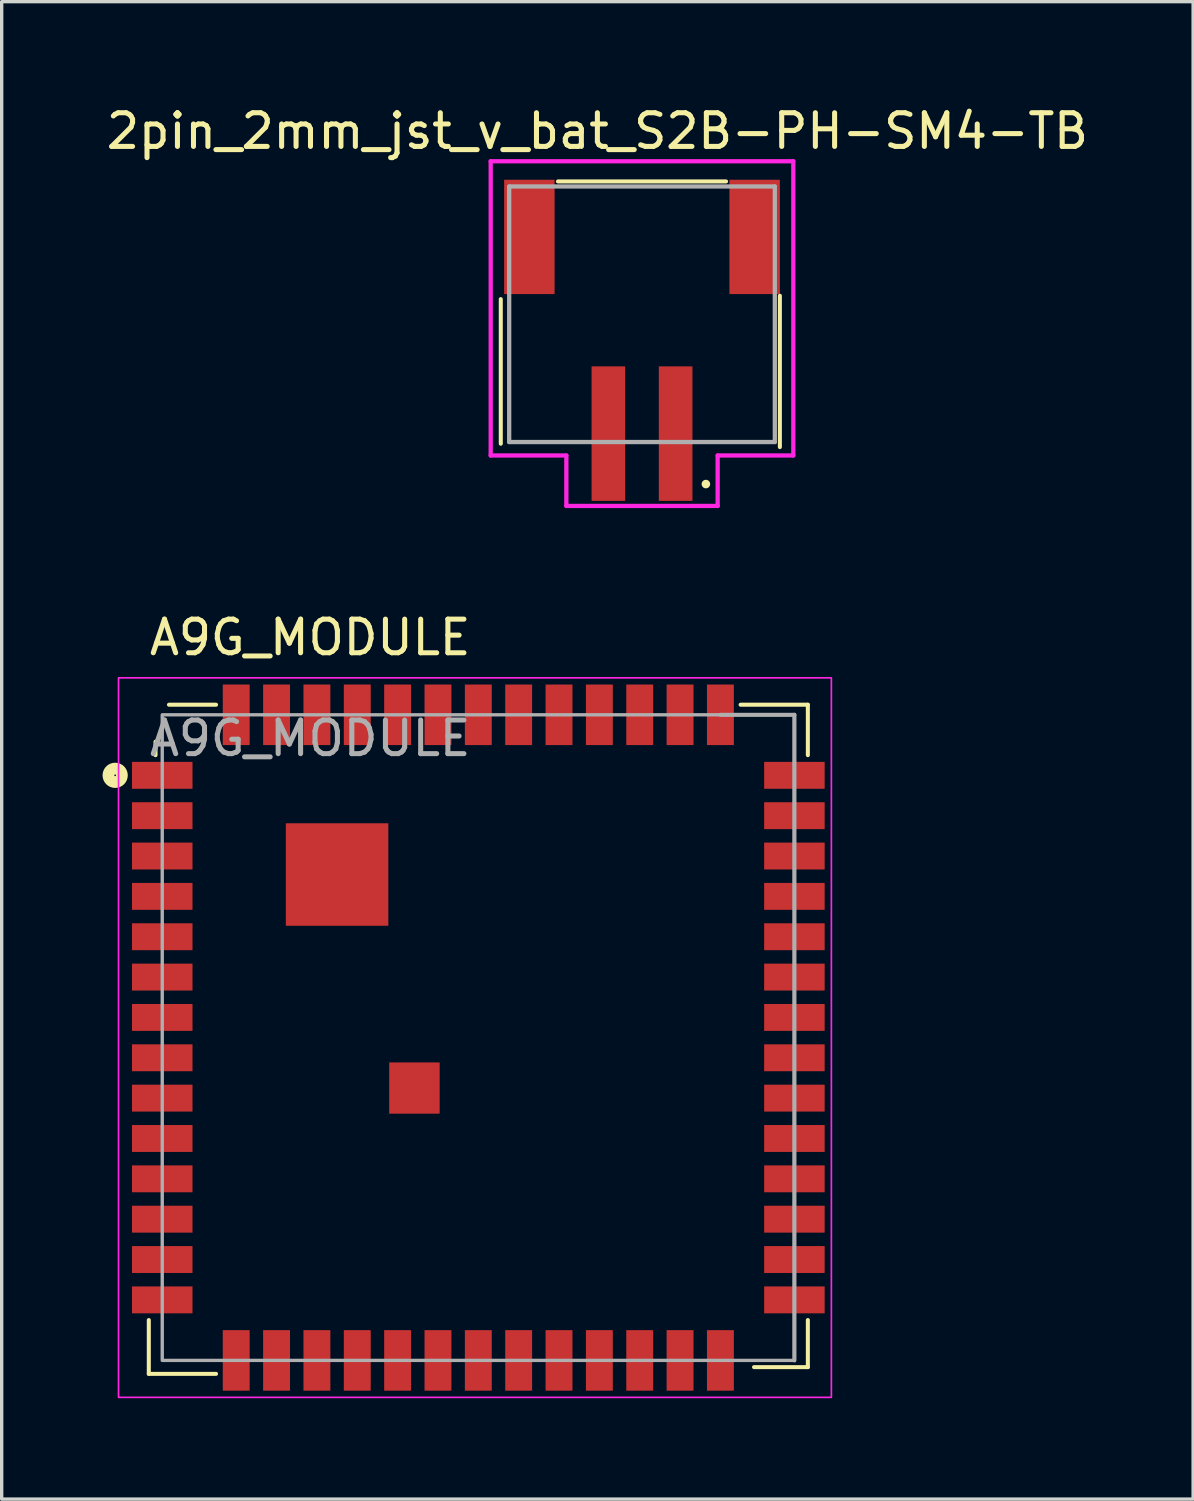
<source format=kicad_pcb>
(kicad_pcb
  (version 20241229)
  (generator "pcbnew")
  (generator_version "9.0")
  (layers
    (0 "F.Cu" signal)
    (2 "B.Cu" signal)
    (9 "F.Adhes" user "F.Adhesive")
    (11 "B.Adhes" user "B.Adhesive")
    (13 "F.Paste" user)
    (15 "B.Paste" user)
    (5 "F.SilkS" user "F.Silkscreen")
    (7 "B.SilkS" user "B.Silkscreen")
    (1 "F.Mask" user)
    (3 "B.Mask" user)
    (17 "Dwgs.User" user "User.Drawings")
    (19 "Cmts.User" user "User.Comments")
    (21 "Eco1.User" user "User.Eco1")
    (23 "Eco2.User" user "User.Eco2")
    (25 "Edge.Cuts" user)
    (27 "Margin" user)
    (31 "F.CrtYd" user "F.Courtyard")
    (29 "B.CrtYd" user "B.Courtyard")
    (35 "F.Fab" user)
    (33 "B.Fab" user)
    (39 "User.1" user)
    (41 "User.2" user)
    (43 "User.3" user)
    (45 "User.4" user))
  (footprint "2pin_2mm_jst_v_bat_S2B-PH-SM4-TB"
    (layer "F.Cu")
    (at 16.043 9.746)
    (property "Reference" "2pin_2mm_jst_v_bat_S2B-PH-SM4-TB" (at -1.327 -8.897 0) (layer "F.SilkS") (effects (font (size 1.001 1.001) (thickness 0.15))))
    (attr smd)
    (fp_line (start -4.2 -3.9) (end -4.2 0.4) (stroke (width 0.12) (type default)) (layer "F.SilkS"))
    (fp_line (start -2.5 -7.4) (end 2.5 -7.4) (stroke (width 0.12) (type default)) (layer "F.SilkS"))
    (fp_line (start 4.1 -4) (end 4.1 0.5) (stroke (width 0.12) (type default)) (layer "F.SilkS"))
    (fp_circle (center 1.9 1.6) (end 2.027 1.6) (stroke (width 0) (type solid)) (fill yes) (layer "F.SilkS"))
    (fp_line (start -4.5 -8) (end 4.5 -8) (stroke (width 0.127) (type solid)) (layer "F.CrtYd"))
    (fp_line (start -4.5 0.75) (end -4.5 -8) (stroke (width 0.127) (type solid)) (layer "F.CrtYd"))
    (fp_line (start -2.25 0.75) (end -4.5 0.75) (stroke (width 0.127) (type solid)) (layer "F.CrtYd"))
    (fp_line (start -2.25 2.25) (end -2.25 0.75) (stroke (width 0.127) (type solid)) (layer "F.CrtYd"))
    (fp_line (start 2.25 0.75) (end 2.25 2.25) (stroke (width 0.127) (type solid)) (layer "F.CrtYd"))
    (fp_line (start 2.25 2.25) (end -2.25 2.25) (stroke (width 0.127) (type solid)) (layer "F.CrtYd"))
    (fp_line (start 4.5 -8) (end 4.5 0.75) (stroke (width 0.127) (type solid)) (layer "F.CrtYd"))
    (fp_line (start 4.5 0.75) (end 2.25 0.75) (stroke (width 0.127) (type solid)) (layer "F.CrtYd"))
    (fp_line (start -3.95 -7.25) (end -3.95 0.35) (stroke (width 0.127) (type solid)) (layer "F.Fab"))
    (fp_line (start -3.95 0.35) (end 3.95 0.35) (stroke (width 0.127) (type solid)) (layer "F.Fab"))
    (fp_line (start 3.95 -7.25) (end -3.95 -7.25) (stroke (width 0.127) (type solid)) (layer "F.Fab"))
    (fp_line (start 3.95 0.35) (end 3.95 -7.25) (stroke (width 0.127) (type solid)) (layer "F.Fab"))
    (pad "1" smd rect (at 1 0.1) (size 1 4) (layers "F.Cu" "F.Mask" "F.Paste"))
    (pad "2" smd rect (at -1 0.1) (size 1 4) (layers "F.Cu" "F.Mask" "F.Paste"))
    (pad "P1" smd rect (at 3.35 -5.75) (size 1.5 3.4) (layers "F.Cu" "F.Mask" "F.Paste"))
    (pad "P2" smd rect (at -3.35 -5.75) (size 1.5 3.4) (layers "F.Cu" "F.Mask" "F.Paste")))
  (footprint "A9G_MODULE"
    (layer "F.Cu")
    (at 3.975 18.208)
    (property "Reference" "A9G_MODULE" (at 2.2 -2.3 0) (unlocked yes) (layer "F.SilkS") (effects (font (size 1 1) (thickness 0.15))))
    (attr smd)
    (fp_line (start -2.6 19.6) (end -2.6 18) (stroke (width 0.12) (type default)) (layer "F.SilkS"))
    (fp_line (start -2.4 1.2) (end -2.4 0.8) (stroke (width 0.12) (type default)) (layer "F.SilkS"))
    (fp_line (start -0.6 -0.3) (end -2 -0.3) (stroke (width 0.12) (type default)) (layer "F.SilkS"))
    (fp_line (start -0.6 19.6) (end -2.6 19.6) (stroke (width 0.12) (type default)) (layer "F.SilkS"))
    (fp_line (start 15 -0.3) (end 17 -0.3) (stroke (width 0.12) (type default)) (layer "F.SilkS"))
    (fp_line (start 17 -0.3) (end 17 1.2) (stroke (width 0.12) (type default)) (layer "F.SilkS"))
    (fp_line (start 17 18) (end 17 19.4) (stroke (width 0.12) (type default)) (layer "F.SilkS"))
    (fp_line (start 17 19.4) (end 15.4 19.4) (stroke (width 0.12) (type default)) (layer "F.SilkS"))
    (fp_circle (center -3.6 1.8) (end -3.4 1.8) (stroke (width 0.35) (type default)) (fill no) (layer "F.SilkS"))
    (fp_rect (start -3.5 -1.1) (end 17.7 20.3) (stroke (width 0.05) (type default)) (fill no) (layer "F.CrtYd"))
    (fp_line (start 16.6 0) (end 14.4 0) (stroke (width 0.12) (type default)) (layer "F.Fab"))
    (fp_line (start 16.6 0) (end 16.6 19.2) (stroke (width 0.12) (type default)) (layer "F.Fab"))
    (fp_rect (start -2.2 0) (end 16.6 19.2) (stroke (width 0.1) (type default)) (fill no) (layer "F.Fab"))
    (fp_text user "${REFERENCE}" (at 2.2 0.7 0) (unlocked yes) (layer "F.Fab") (effects (font (size 1 1) (thickness 0.15))))
    (pad "1" smd rect (at -2.2 1.8 180) (size 1.8 0.8) (layers "F.Cu" "F.Mask" "F.Paste"))
    (pad "2" smd rect (at -2.2 3 180) (size 1.8 0.8) (layers "F.Cu" "F.Mask" "F.Paste"))
    (pad "3" smd rect (at -2.2 4.2 180) (size 1.8 0.8) (layers "F.Cu" "F.Mask" "F.Paste"))
    (pad "4" smd rect (at -2.2 5.4 180) (size 1.8 0.8) (layers "F.Cu" "F.Mask" "F.Paste"))
    (pad "5" smd rect (at -2.2 6.6 180) (size 1.8 0.8) (layers "F.Cu" "F.Mask" "F.Paste"))
    (pad "6" smd rect (at -2.2 7.8 180) (size 1.8 0.8) (layers "F.Cu" "F.Mask" "F.Paste"))
    (pad "7" smd rect (at -2.2 9 180) (size 1.8 0.8) (layers "F.Cu" "F.Mask" "F.Paste"))
    (pad "8" smd rect (at -2.2 10.2 180) (size 1.8 0.8) (layers "F.Cu" "F.Mask" "F.Paste"))
    (pad "9" smd rect (at -2.2 11.4 180) (size 1.8 0.8) (layers "F.Cu" "F.Mask" "F.Paste"))
    (pad "10" smd rect (at -2.2 12.6 180) (size 1.8 0.8) (layers "F.Cu" "F.Mask" "F.Paste"))
    (pad "11" smd rect (at -2.2 13.8 180) (size 1.8 0.8) (layers "F.Cu" "F.Mask" "F.Paste"))
    (pad "12" smd rect (at -2.2 15 180) (size 1.8 0.8) (layers "F.Cu" "F.Mask" "F.Paste"))
    (pad "13" smd rect (at -2.2 16.2 180) (size 1.8 0.8) (layers "F.Cu" "F.Mask" "F.Paste"))
    (pad "14" smd rect (at -2.2 17.4 180) (size 1.8 0.8) (layers "F.Cu" "F.Mask" "F.Paste"))
    (pad "15" smd rect (at 0 19.2 90) (size 1.8 0.8) (layers "F.Cu" "F.Mask" "F.Paste"))
    (pad "16" smd rect (at 1.2 19.2 90) (size 1.8 0.8) (layers "F.Cu" "F.Mask" "F.Paste"))
    (pad "17" smd rect (at 2.4 19.2 90) (size 1.8 0.8) (layers "F.Cu" "F.Mask" "F.Paste"))
    (pad "18" smd rect (at 3.6 19.2 90) (size 1.8 0.8) (layers "F.Cu" "F.Mask" "F.Paste"))
    (pad "19" smd rect (at 4.8 19.2 90) (size 1.8 0.8) (layers "F.Cu" "F.Mask" "F.Paste"))
    (pad "20" smd rect (at 6 19.2 90) (size 1.8 0.8) (layers "F.Cu" "F.Mask" "F.Paste"))
    (pad "21" smd rect (at 7.2 19.2 90) (size 1.8 0.8) (layers "F.Cu" "F.Mask" "F.Paste"))
    (pad "22" smd rect (at 8.4 19.2 90) (size 1.8 0.8) (layers "F.Cu" "F.Mask" "F.Paste"))
    (pad "23" smd rect (at 9.6 19.2 90) (size 1.8 0.8) (layers "F.Cu" "F.Mask" "F.Paste"))
    (pad "24" smd rect (at 10.8 19.2 90) (size 1.8 0.8) (layers "F.Cu" "F.Mask" "F.Paste"))
    (pad "25" smd rect (at 12 19.2 90) (size 1.8 0.8) (layers "F.Cu" "F.Mask" "F.Paste"))
    (pad "26" smd rect (at 13.2 19.2 90) (size 1.8 0.8) (layers "F.Cu" "F.Mask" "F.Paste"))
    (pad "27" smd rect (at 14.4 19.2 90) (size 1.8 0.8) (layers "F.Cu" "F.Mask" "F.Paste"))
    (pad "28" smd rect (at 16.6 17.4 180) (size 1.8 0.8) (layers "F.Cu" "F.Mask" "F.Paste"))
    (pad "29" smd rect (at 16.6 16.2 180) (size 1.8 0.8) (layers "F.Cu" "F.Mask" "F.Paste"))
    (pad "30" smd rect (at 16.6 15 180) (size 1.8 0.8) (layers "F.Cu" "F.Mask" "F.Paste"))
    (pad "31" smd rect (at 16.6 13.8 180) (size 1.8 0.8) (layers "F.Cu" "F.Mask" "F.Paste"))
    (pad "32" smd rect (at 16.6 12.6 180) (size 1.8 0.8) (layers "F.Cu" "F.Mask" "F.Paste"))
    (pad "33" smd rect (at 16.6 11.4 180) (size 1.8 0.8) (layers "F.Cu" "F.Mask" "F.Paste"))
    (pad "34" smd rect (at 16.6 10.2 180) (size 1.8 0.8) (layers "F.Cu" "F.Mask" "F.Paste"))
    (pad "35" smd rect (at 16.6 9 180) (size 1.8 0.8) (layers "F.Cu" "F.Mask" "F.Paste"))
    (pad "36" smd rect (at 16.6 7.8 180) (size 1.8 0.8) (layers "F.Cu" "F.Mask" "F.Paste"))
    (pad "37" smd rect (at 16.6 6.6 180) (size 1.8 0.8) (layers "F.Cu" "F.Mask" "F.Paste"))
    (pad "38" smd rect (at 16.6 5.4 180) (size 1.8 0.8) (layers "F.Cu" "F.Mask" "F.Paste"))
    (pad "39" smd rect (at 16.6 4.2 180) (size 1.8 0.8) (layers "F.Cu" "F.Mask" "F.Paste"))
    (pad "40" smd rect (at 16.6 3 180) (size 1.8 0.8) (layers "F.Cu" "F.Mask" "F.Paste"))
    (pad "41" smd rect (at 16.6 1.8 180) (size 1.8 0.8) (layers "F.Cu" "F.Mask" "F.Paste"))
    (pad "42" smd rect (at 14.4 0 90) (size 1.8 0.8) (layers "F.Cu" "F.Mask" "F.Paste"))
    (pad "43" smd rect (at 13.2 0 90) (size 1.8 0.8) (layers "F.Cu" "F.Mask" "F.Paste"))
    (pad "44" smd rect (at 12 0 90) (size 1.8 0.8) (layers "F.Cu" "F.Mask" "F.Paste"))
    (pad "45" smd rect (at 10.8 0 90) (size 1.8 0.8) (layers "F.Cu" "F.Mask" "F.Paste"))
    (pad "46" smd rect (at 9.6 0 90) (size 1.8 0.8) (layers "F.Cu" "F.Mask" "F.Paste"))
    (pad "47" smd rect (at 8.4 0 90) (size 1.8 0.8) (layers "F.Cu" "F.Mask" "F.Paste"))
    (pad "48" smd rect (at 7.2 0 90) (size 1.8 0.8) (layers "F.Cu" "F.Mask" "F.Paste"))
    (pad "49" smd rect (at 6 0 90) (size 1.8 0.8) (layers "F.Cu" "F.Mask" "F.Paste"))
    (pad "50" smd rect (at 4.8 0 90) (size 1.8 0.8) (layers "F.Cu" "F.Mask" "F.Paste"))
    (pad "51" smd rect (at 3.6 0 90) (size 1.8 0.8) (layers "F.Cu" "F.Mask" "F.Paste"))
    (pad "52" smd rect (at 2.4 0 90) (size 1.8 0.8) (layers "F.Cu" "F.Mask" "F.Paste"))
    (pad "53" smd rect (at 1.2 0 90) (size 1.8 0.8) (layers "F.Cu" "F.Mask" "F.Paste"))
    (pad "54" smd rect (at 0 0 90) (size 1.8 0.8) (layers "F.Cu" "F.Mask" "F.Paste"))
    (pad "55" smd rect (at 3 4.75 180) (size 3.048 3.048) (layers "F.Cu" "F.Mask" "F.Paste"))
    (pad "56" smd rect (at 5.3 11.1 180) (size 1.5 1.524) (layers "F.Cu" "F.Mask" "F.Paste")))
  (gr_rect
    (start -3 -3)
    (end 32.433 41.533)
    (stroke (width 0.1) (type default))
    (fill no)
    (layer "Edge.Cuts")))
</source>
